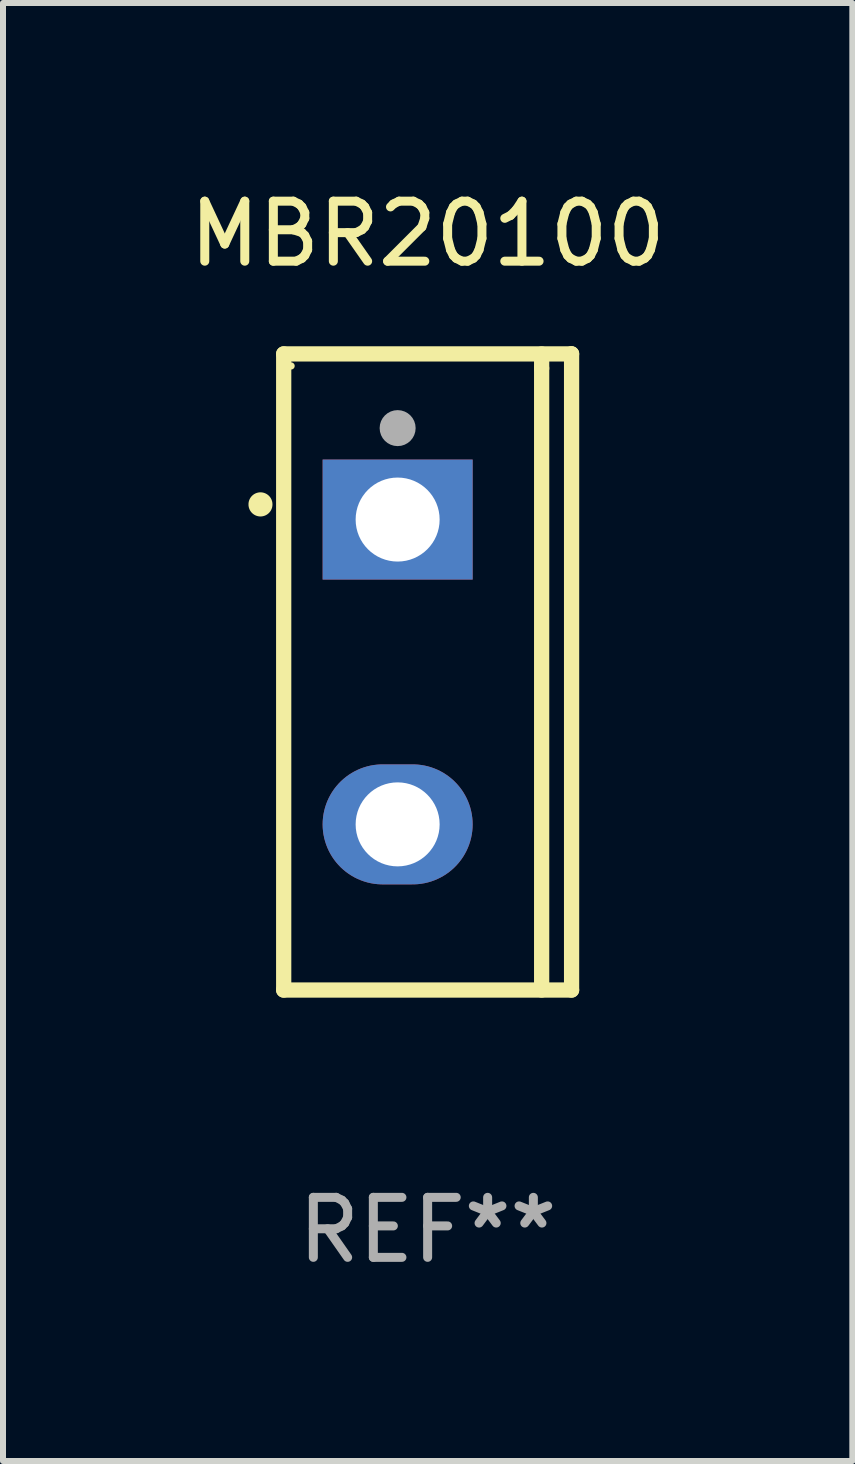
<source format=kicad_pcb>
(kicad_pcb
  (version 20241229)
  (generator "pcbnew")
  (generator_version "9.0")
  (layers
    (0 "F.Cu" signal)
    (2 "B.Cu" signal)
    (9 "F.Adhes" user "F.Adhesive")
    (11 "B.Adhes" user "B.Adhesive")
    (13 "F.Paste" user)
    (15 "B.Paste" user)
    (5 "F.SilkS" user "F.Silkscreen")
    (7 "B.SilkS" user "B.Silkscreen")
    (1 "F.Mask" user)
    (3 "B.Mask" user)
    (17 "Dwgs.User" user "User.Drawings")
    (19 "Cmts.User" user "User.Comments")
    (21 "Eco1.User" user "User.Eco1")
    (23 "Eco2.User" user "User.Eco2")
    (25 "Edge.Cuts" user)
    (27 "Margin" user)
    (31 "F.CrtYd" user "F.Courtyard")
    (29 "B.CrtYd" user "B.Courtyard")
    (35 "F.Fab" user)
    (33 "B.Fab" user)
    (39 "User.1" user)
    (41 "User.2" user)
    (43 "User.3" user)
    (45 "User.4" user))
  (footprint "MBR20100"
    (layer "F.Cu")
    (at 4.077 8.149)
    (property "Reference" "MBR20100" (at 0 -7.301 0) (layer "F.SilkS") (effects (font (size 1 1) (thickness 0.15))))
    (attr through_hole)
    (fp_line (start -2.399 -5.301) (end 2.394 -5.301) (stroke (width 0.254) (type solid)) (layer "F.SilkS"))
    (fp_line (start -2.399 5.301) (end -2.399 -5.301) (stroke (width 0.254) (type solid)) (layer "F.SilkS"))
    (fp_line (start 1.9 -5.061) (end 1.9 -5.3) (stroke (width 0.254) (type solid)) (layer "F.SilkS"))
    (fp_line (start 1.9 5.3) (end 1.9 -5.061) (stroke (width 0.254) (type solid)) (layer "F.SilkS"))
    (fp_line (start 2.394 -5.301) (end 2.399 -5.301) (stroke (width 0.254) (type solid)) (layer "F.SilkS"))
    (fp_line (start 2.399 -5.301) (end 2.399 5.301) (stroke (width 0.254) (type solid)) (layer "F.SilkS"))
    (fp_line (start 2.399 5.301) (end -2.399 5.301) (stroke (width 0.254) (type solid)) (layer "F.SilkS"))
    (fp_arc (start -2.786043 -2.791466) (mid -2.786047 -2.792736) (end -2.786043 -2.794006) (stroke (width 0.4) (type solid)) (layer "F.SilkS"))
    (fp_circle (center -2.275 -5.1) (end -2.245 -5.1) (stroke (width 0.06) (type solid)) (fill no) (layer "F.SilkS"))
    (fp_circle (center -0.5 -4.064) (end -0.35 -4.064) (stroke (width 0.3) (type solid)) (fill no) (layer "F.Fab"))
    (fp_text user "REF**" (at 0 9.301 0) (layer "F.Fab") (effects (font (size 1 1) (thickness 0.15))))
    (pad "1" thru_hole rect (at -0.5 -2.54 270) (size 2 2.5) (drill 1.4) (layers "*.Cu" "*.Mask"))
    (pad "3" thru_hole oval (at -0.5 2.54 270) (size 2 2.5) (drill 1.4) (layers "*.Cu" "*.Mask")))
  (gr_rect
    (start -3 -3)
    (end 11.155 21.299)
    (stroke (width 0.1) (type default))
    (fill no)
    (layer "Edge.Cuts")))
</source>
